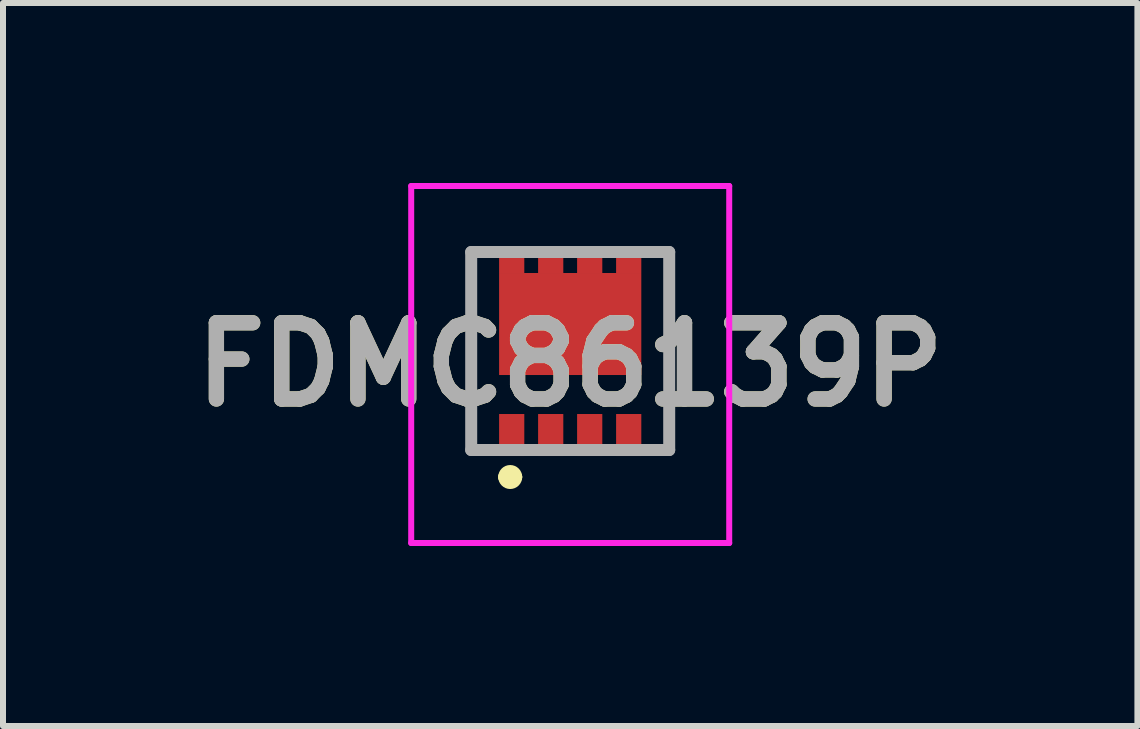
<source format=kicad_pcb>
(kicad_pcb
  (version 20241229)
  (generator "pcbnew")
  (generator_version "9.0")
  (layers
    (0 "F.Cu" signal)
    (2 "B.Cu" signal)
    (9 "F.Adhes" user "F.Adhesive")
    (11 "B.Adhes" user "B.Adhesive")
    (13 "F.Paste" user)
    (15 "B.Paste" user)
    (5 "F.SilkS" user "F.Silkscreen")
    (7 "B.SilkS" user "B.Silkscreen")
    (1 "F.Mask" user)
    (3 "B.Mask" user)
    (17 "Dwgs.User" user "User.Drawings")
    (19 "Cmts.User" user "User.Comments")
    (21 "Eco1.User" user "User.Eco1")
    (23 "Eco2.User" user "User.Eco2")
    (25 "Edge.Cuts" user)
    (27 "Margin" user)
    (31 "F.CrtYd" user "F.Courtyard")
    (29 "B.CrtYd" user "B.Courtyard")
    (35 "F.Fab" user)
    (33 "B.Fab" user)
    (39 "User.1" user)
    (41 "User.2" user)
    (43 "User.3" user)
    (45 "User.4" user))
  (footprint "FDMC86139P"
    (layer "F.Cu")
    (at 6.453 3.2)
    (property "Reference" "FDMC86139P" (at 0 -0.175 0) (layer "F.SilkS") (effects (font (size 1.27 1.27) (thickness 0.254))))
    (attr smd)
    (fp_line (start -1.65 -2.05) (end -1.65 1.25) (stroke (width 0.1) (type solid)) (layer "F.SilkS"))
    (fp_line (start -1.65 1.25) (end -1.4 1.25) (stroke (width 0.1) (type solid)) (layer "F.SilkS"))
    (fp_line (start -1.4 -2.05) (end -1.65 -2.05) (stroke (width 0.1) (type solid)) (layer "F.SilkS"))
    (fp_line (start -1.1 1.7) (end -1.1 1.7) (stroke (width 0.2) (type solid)) (layer "F.SilkS"))
    (fp_line (start -0.9 1.7) (end -0.9 1.7) (stroke (width 0.2) (type solid)) (layer "F.SilkS"))
    (fp_line (start 1.4 -2.05) (end 1.65 -2.05) (stroke (width 0.1) (type solid)) (layer "F.SilkS"))
    (fp_line (start 1.65 -2.05) (end 1.65 1.25) (stroke (width 0.1) (type solid)) (layer "F.SilkS"))
    (fp_line (start 1.65 1.25) (end 1.4 1.25) (stroke (width 0.1) (type solid)) (layer "F.SilkS"))
    (fp_arc (start -1.1 1.7) (mid -1 1.6) (end -0.9 1.7) (stroke (width 0.2) (type solid)) (layer "F.SilkS"))
    (fp_arc (start -0.9 1.7) (mid -1 1.8) (end -1.1 1.7) (stroke (width 0.2) (type solid)) (layer "F.SilkS"))
    (fp_line (start -2.65 -3.15) (end 2.65 -3.15) (stroke (width 0.1) (type solid)) (layer "F.CrtYd"))
    (fp_line (start -2.65 2.8) (end -2.65 -3.15) (stroke (width 0.1) (type solid)) (layer "F.CrtYd"))
    (fp_line (start 2.65 -3.15) (end 2.65 2.8) (stroke (width 0.1) (type solid)) (layer "F.CrtYd"))
    (fp_line (start 2.65 2.8) (end -2.65 2.8) (stroke (width 0.1) (type solid)) (layer "F.CrtYd"))
    (fp_line (start -1.65 -2.05) (end 1.65 -2.05) (stroke (width 0.2) (type solid)) (layer "F.Fab"))
    (fp_line (start -1.65 1.25) (end -1.65 -2.05) (stroke (width 0.2) (type solid)) (layer "F.Fab"))
    (fp_line (start 1.65 -2.05) (end 1.65 1.25) (stroke (width 0.2) (type solid)) (layer "F.Fab"))
    (fp_line (start 1.65 1.25) (end -1.65 1.25) (stroke (width 0.2) (type solid)) (layer "F.Fab"))
    (fp_text user "${REFERENCE}" (at 0 -0.175 0) (layer "F.Fab") (effects (font (size 1.27 1.27) (thickness 0.254))))
    (pad "1" smd rect (at -0.975 1) (size 0.42 0.7) (layers "F.Cu" "F.Mask" "F.Paste"))
    (pad "2" smd rect (at -0.325 1) (size 0.42 0.7) (layers "F.Cu" "F.Mask" "F.Paste"))
    (pad "3" smd rect (at 0.325 1) (size 0.42 0.7) (layers "F.Cu" "F.Mask" "F.Paste"))
    (pad "4" smd rect (at 0.975 1) (size 0.42 0.7) (layers "F.Cu" "F.Mask" "F.Paste"))
    (pad "5" smd rect (at 0.975 -1.925) (size 0.42 0.45) (layers "F.Cu" "F.Mask" "F.Paste"))
    (pad "6" smd rect (at 0.325 -1.925) (size 0.42 0.45) (layers "F.Cu" "F.Mask" "F.Paste"))
    (pad "7" smd rect (at -0.325 -1.925) (size 0.42 0.45) (layers "F.Cu" "F.Mask" "F.Paste"))
    (pad "8" smd rect (at -0.975 -1.925) (size 0.42 0.45) (layers "F.Cu" "F.Mask" "F.Paste"))
    (pad "9" smd rect (at 0 -0.85 90) (size 1.7 2.37) (layers "F.Cu" "F.Mask" "F.Paste")))
  (gr_rect
    (start -3 -3)
    (end 15.906 9.05)
    (stroke (width 0.1) (type default))
    (fill no)
    (layer "Edge.Cuts")))
</source>
